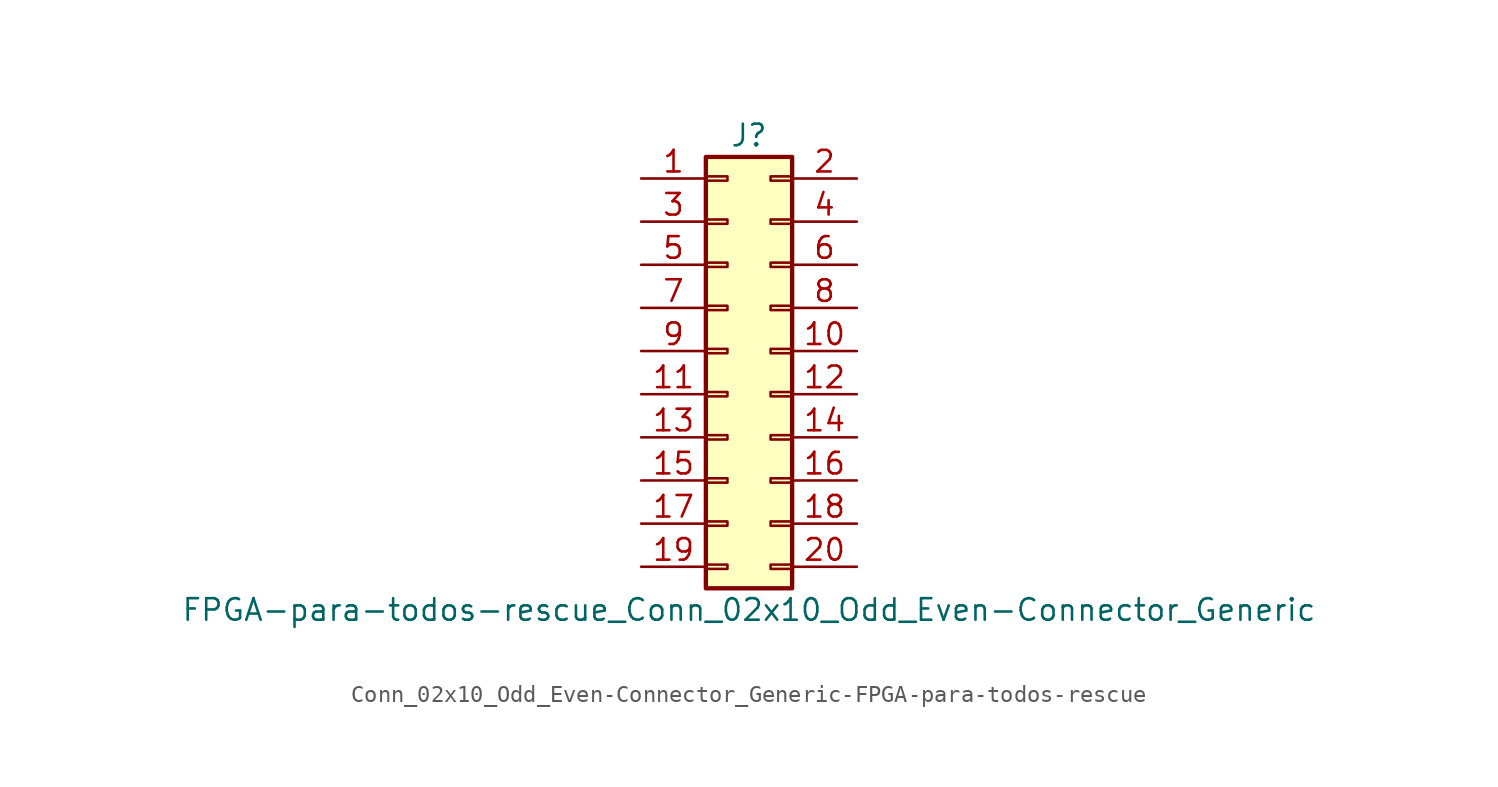
<source format=kicad_sym>
(kicad_symbol_lib
  (version 20231120)
  (generator "kicad_symbol_editor")
  (generator_version "8.0")
  (symbol "Conn_02x10_Odd_Even-Connector_Generic-FPGA-para-todos-rescue"
    (pin_names
      (offset 1.016) hide)
    (property "Reference" "J"
      (at 1.27 12.7 0)
      (effects (font (size 1.27 1.27))))
    (property "Value" "FPGA-para-todos-rescue_Conn_02x10_Odd_Even-Connector_Generic"
      (at 1.27 -15.24 0)
      (effects (font (size 1.27 1.27))))
    (symbol "Conn_02x10_Odd_Even-Connector_Generic-FPGA-para-todos-rescue_1_1"
      (rectangle (start -1.27 -12.573) (end 0 -12.827) (stroke (width 0.152) (type solid)) (fill (type none)))
      (rectangle (start -1.27 -10.033) (end 0 -10.287) (stroke (width 0.152) (type solid)) (fill (type none)))
      (rectangle (start -1.27 -7.493) (end 0 -7.747) (stroke (width 0.152) (type solid)) (fill (type none)))
      (rectangle (start -1.27 -4.953) (end 0 -5.207) (stroke (width 0.152) (type solid)) (fill (type none)))
      (rectangle (start -1.27 -2.413) (end 0 -2.667) (stroke (width 0.152) (type solid)) (fill (type none)))
      (rectangle (start -1.27 0.127) (end 0 -0.127) (stroke (width 0.152) (type solid)) (fill (type none)))
      (rectangle (start -1.27 2.667) (end 0 2.413) (stroke (width 0.152) (type solid)) (fill (type none)))
      (rectangle (start -1.27 5.207) (end 0 4.953) (stroke (width 0.152) (type solid)) (fill (type none)))
      (rectangle (start -1.27 7.747) (end 0 7.493) (stroke (width 0.152) (type solid)) (fill (type none)))
      (rectangle (start -1.27 10.287) (end 0 10.033) (stroke (width 0.152) (type solid)) (fill (type none)))
      (rectangle (start -1.27 11.43) (end 3.81 -13.97) (stroke (width 0.254) (type solid)) (fill (type background)))
      (rectangle (start 3.81 -12.573) (end 2.54 -12.827) (stroke (width 0.152) (type solid)) (fill (type none)))
      (rectangle (start 3.81 -10.033) (end 2.54 -10.287) (stroke (width 0.152) (type solid)) (fill (type none)))
      (rectangle (start 3.81 -7.493) (end 2.54 -7.747) (stroke (width 0.152) (type solid)) (fill (type none)))
      (rectangle (start 3.81 -4.953) (end 2.54 -5.207) (stroke (width 0.152) (type solid)) (fill (type none)))
      (rectangle (start 3.81 -2.413) (end 2.54 -2.667) (stroke (width 0.152) (type solid)) (fill (type none)))
      (rectangle (start 3.81 0.127) (end 2.54 -0.127) (stroke (width 0.152) (type solid)) (fill (type none)))
      (rectangle (start 3.81 2.667) (end 2.54 2.413) (stroke (width 0.152) (type solid)) (fill (type none)))
      (rectangle (start 3.81 5.207) (end 2.54 4.953) (stroke (width 0.152) (type solid)) (fill (type none)))
      (rectangle (start 3.81 7.747) (end 2.54 7.493) (stroke (width 0.152) (type solid)) (fill (type none)))
      (rectangle (start 3.81 10.287) (end 2.54 10.033) (stroke (width 0.152) (type solid)) (fill (type none)))
      (pin passive line (at -5.08 10.16 0) (length 3.81) (name "Pin_1" (effects (font (size 1.27 1.27)))) (number "1" (effects (font (size 1.27 1.27)))))
      (pin passive line (at 7.62 0 180) (length 3.81) (name "Pin_10" (effects (font (size 1.27 1.27)))) (number "10" (effects (font (size 1.27 1.27)))))
      (pin passive line (at -5.08 -2.54 0) (length 3.81) (name "Pin_11" (effects (font (size 1.27 1.27)))) (number "11" (effects (font (size 1.27 1.27)))))
      (pin passive line (at 7.62 -2.54 180) (length 3.81) (name "Pin_12" (effects (font (size 1.27 1.27)))) (number "12" (effects (font (size 1.27 1.27)))))
      (pin passive line (at -5.08 -5.08 0) (length 3.81) (name "Pin_13" (effects (font (size 1.27 1.27)))) (number "13" (effects (font (size 1.27 1.27)))))
      (pin passive line (at 7.62 -5.08 180) (length 3.81) (name "Pin_14" (effects (font (size 1.27 1.27)))) (number "14" (effects (font (size 1.27 1.27)))))
      (pin passive line (at -5.08 -7.62 0) (length 3.81) (name "Pin_15" (effects (font (size 1.27 1.27)))) (number "15" (effects (font (size 1.27 1.27)))))
      (pin passive line (at 7.62 -7.62 180) (length 3.81) (name "Pin_16" (effects (font (size 1.27 1.27)))) (number "16" (effects (font (size 1.27 1.27)))))
      (pin passive line (at -5.08 -10.16 0) (length 3.81) (name "Pin_17" (effects (font (size 1.27 1.27)))) (number "17" (effects (font (size 1.27 1.27)))))
      (pin passive line (at 7.62 -10.16 180) (length 3.81) (name "Pin_18" (effects (font (size 1.27 1.27)))) (number "18" (effects (font (size 1.27 1.27)))))
      (pin passive line (at -5.08 -12.7 0) (length 3.81) (name "Pin_19" (effects (font (size 1.27 1.27)))) (number "19" (effects (font (size 1.27 1.27)))))
      (pin passive line (at 7.62 10.16 180) (length 3.81) (name "Pin_2" (effects (font (size 1.27 1.27)))) (number "2" (effects (font (size 1.27 1.27)))))
      (pin passive line (at 7.62 -12.7 180) (length 3.81) (name "Pin_20" (effects (font (size 1.27 1.27)))) (number "20" (effects (font (size 1.27 1.27)))))
      (pin passive line (at -5.08 7.62 0) (length 3.81) (name "Pin_3" (effects (font (size 1.27 1.27)))) (number "3" (effects (font (size 1.27 1.27)))))
      (pin passive line (at 7.62 7.62 180) (length 3.81) (name "Pin_4" (effects (font (size 1.27 1.27)))) (number "4" (effects (font (size 1.27 1.27)))))
      (pin passive line (at -5.08 5.08 0) (length 3.81) (name "Pin_5" (effects (font (size 1.27 1.27)))) (number "5" (effects (font (size 1.27 1.27)))))
      (pin passive line (at 7.62 5.08 180) (length 3.81) (name "Pin_6" (effects (font (size 1.27 1.27)))) (number "6" (effects (font (size 1.27 1.27)))))
      (pin passive line (at -5.08 2.54 0) (length 3.81) (name "Pin_7" (effects (font (size 1.27 1.27)))) (number "7" (effects (font (size 1.27 1.27)))))
      (pin passive line (at 7.62 2.54 180) (length 3.81) (name "Pin_8" (effects (font (size 1.27 1.27)))) (number "8" (effects (font (size 1.27 1.27)))))
      (pin passive line (at -5.08 0 0) (length 3.81) (name "Pin_9" (effects (font (size 1.27 1.27)))) (number "9" (effects (font (size 1.27 1.27))))))))
</source>
